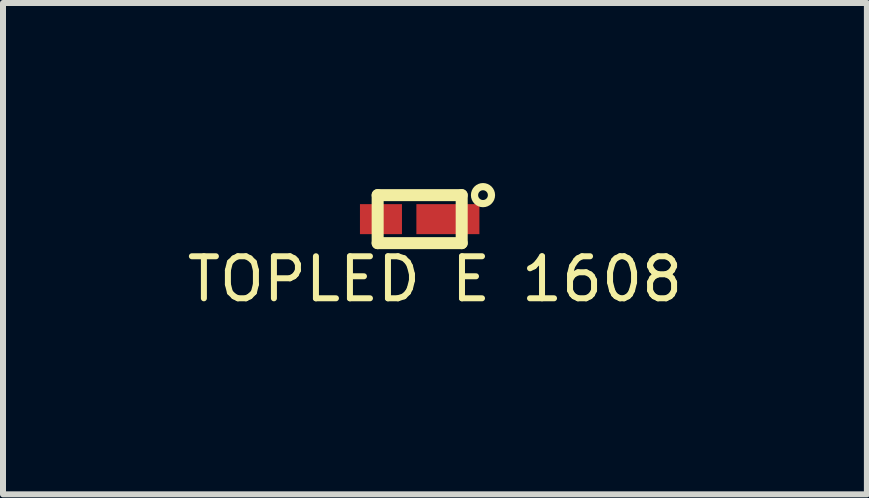
<source format=kicad_pcb>
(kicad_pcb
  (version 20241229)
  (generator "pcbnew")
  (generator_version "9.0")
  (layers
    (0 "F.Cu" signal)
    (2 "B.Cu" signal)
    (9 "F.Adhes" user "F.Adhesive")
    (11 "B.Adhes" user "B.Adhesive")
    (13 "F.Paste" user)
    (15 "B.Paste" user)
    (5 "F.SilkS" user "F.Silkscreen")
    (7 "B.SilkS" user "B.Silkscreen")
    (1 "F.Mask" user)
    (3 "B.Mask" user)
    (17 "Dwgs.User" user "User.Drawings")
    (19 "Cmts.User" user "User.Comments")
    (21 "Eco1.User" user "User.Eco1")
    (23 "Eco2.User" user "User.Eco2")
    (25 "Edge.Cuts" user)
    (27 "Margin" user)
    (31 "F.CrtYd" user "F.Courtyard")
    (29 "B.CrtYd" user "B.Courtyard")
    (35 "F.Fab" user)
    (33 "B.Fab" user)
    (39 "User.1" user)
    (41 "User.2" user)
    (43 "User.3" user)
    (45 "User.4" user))
  (footprint "TOPLED E 1608"
    (layer "F.Cu")
    (at 3.297 0.601)
    (property "Reference" "TOPLED E 1608" (at 0.9 1 0) (layer "F.SilkS") (effects (font (size 0.7 0.7) (thickness 0.1))))
    (attr through_hole)
    (fp_line (start -0.055 -0.4) (end -0.055 0.4) (stroke (width 0.2) (type solid)) (layer "F.SilkS"))
    (fp_line (start -0.055 -0.4) (end 1.345 -0.4) (stroke (width 0.2) (type solid)) (layer "F.SilkS"))
    (fp_line (start -0.055 0.4) (end 1.345 0.4) (stroke (width 0.2) (type solid)) (layer "F.SilkS"))
    (fp_line (start 1.345 0.4) (end 1.345 -0.4) (stroke (width 0.2) (type solid)) (layer "F.SilkS"))
    (fp_circle (center 1.7 -0.4) (end 1.8 -0.3) (stroke (width 0.12) (type solid)) (fill no) (layer "F.SilkS"))
    (pad "1" smd rect (at 1.115 0) (size 1.05 0.5) (layers "F.Cu" "F.Mask" "F.Paste"))
    (pad "2" smd rect (at 0 0) (size 0.7 0.5) (layers "F.Cu" "F.Mask" "F.Paste")))
  (gr_rect
    (start -3 -3)
    (end 11.393 5.186)
    (stroke (width 0.1) (type default))
    (fill no)
    (layer "Edge.Cuts")))
</source>
